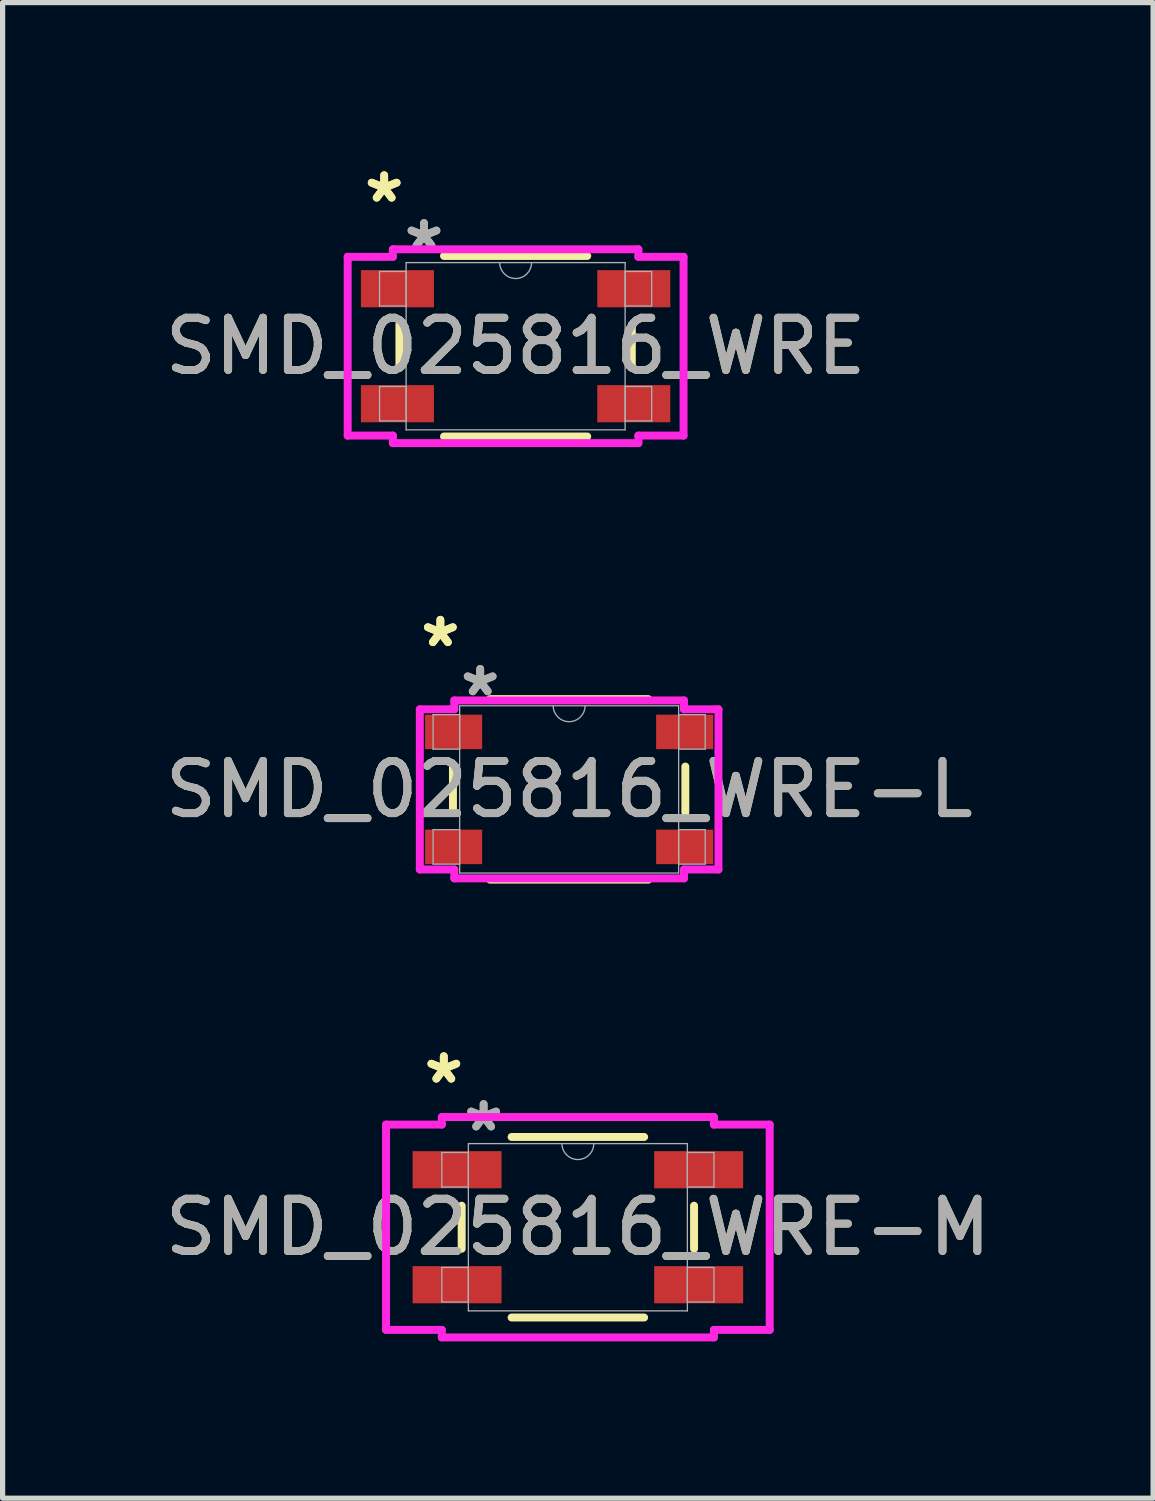
<source format=kicad_pcb>
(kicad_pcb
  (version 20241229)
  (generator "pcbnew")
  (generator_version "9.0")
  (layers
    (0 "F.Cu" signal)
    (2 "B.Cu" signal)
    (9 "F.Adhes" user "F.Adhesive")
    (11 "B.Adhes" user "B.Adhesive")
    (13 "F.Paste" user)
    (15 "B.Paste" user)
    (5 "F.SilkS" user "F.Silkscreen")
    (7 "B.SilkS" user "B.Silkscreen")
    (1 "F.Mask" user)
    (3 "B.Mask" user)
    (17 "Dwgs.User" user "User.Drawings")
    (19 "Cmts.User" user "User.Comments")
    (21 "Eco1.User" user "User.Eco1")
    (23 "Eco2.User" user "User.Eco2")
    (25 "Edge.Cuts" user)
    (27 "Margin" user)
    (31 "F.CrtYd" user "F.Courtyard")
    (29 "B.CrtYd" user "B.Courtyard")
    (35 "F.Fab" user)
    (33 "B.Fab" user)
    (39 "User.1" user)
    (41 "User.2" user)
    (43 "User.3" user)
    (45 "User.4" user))
  (footprint "SMD_025816_WRE-M"
    (layer "F.Cu")
    (at 8.006 20.43)
    (property "Reference" "SMD_025816_WRE-M" (at 0 0 0) (unlocked yes) (layer "F.SilkS") (effects (font (size 1 1) (thickness 0.15))))
    (attr smd)
    (fp_line (start -2.223 -0.412) (end -2.223 0.412) (stroke (width 0.152) (type solid)) (layer "F.SilkS"))
    (fp_line (start -1.268 1.727) (end 1.268 1.727) (stroke (width 0.152) (type solid)) (layer "F.SilkS"))
    (fp_line (start 1.268 -1.727) (end -1.268 -1.727) (stroke (width 0.152) (type solid)) (layer "F.SilkS"))
    (fp_line (start 2.223 0.412) (end 2.223 -0.412) (stroke (width 0.152) (type solid)) (layer "F.SilkS"))
    (fp_line (start -3.67 -1.964) (end -2.603 -1.964) (stroke (width 0.152) (type solid)) (layer "F.CrtYd"))
    (fp_line (start -3.67 1.964) (end -3.67 -1.964) (stroke (width 0.152) (type solid)) (layer "F.CrtYd"))
    (fp_line (start -3.67 1.964) (end -2.603 1.964) (stroke (width 0.152) (type solid)) (layer "F.CrtYd"))
    (fp_line (start -2.603 -2.108) (end 2.603 -2.108) (stroke (width 0.152) (type solid)) (layer "F.CrtYd"))
    (fp_line (start -2.603 -1.964) (end -2.603 -2.108) (stroke (width 0.152) (type solid)) (layer "F.CrtYd"))
    (fp_line (start -2.603 2.108) (end -2.603 1.964) (stroke (width 0.152) (type solid)) (layer "F.CrtYd"))
    (fp_line (start 2.603 -2.108) (end 2.603 -1.964) (stroke (width 0.152) (type solid)) (layer "F.CrtYd"))
    (fp_line (start 2.603 1.964) (end 2.603 2.108) (stroke (width 0.152) (type solid)) (layer "F.CrtYd"))
    (fp_line (start 2.603 2.108) (end -2.603 2.108) (stroke (width 0.152) (type solid)) (layer "F.CrtYd"))
    (fp_line (start 3.67 -1.964) (end 2.603 -1.964) (stroke (width 0.152) (type solid)) (layer "F.CrtYd"))
    (fp_line (start 3.67 -1.964) (end 3.67 1.964) (stroke (width 0.152) (type solid)) (layer "F.CrtYd"))
    (fp_line (start 3.67 1.964) (end 2.603 1.964) (stroke (width 0.152) (type solid)) (layer "F.CrtYd"))
    (fp_line (start -2.603 -1.43) (end -2.603 -0.77) (stroke (width 0.025) (type solid)) (layer "F.Fab"))
    (fp_line (start -2.603 -0.77) (end -2.095 -0.77) (stroke (width 0.025) (type solid)) (layer "F.Fab"))
    (fp_line (start -2.603 0.77) (end -2.603 1.43) (stroke (width 0.025) (type solid)) (layer "F.Fab"))
    (fp_line (start -2.603 1.43) (end -2.095 1.43) (stroke (width 0.025) (type solid)) (layer "F.Fab"))
    (fp_line (start -2.095 -1.6) (end -2.095 1.6) (stroke (width 0.025) (type solid)) (layer "F.Fab"))
    (fp_line (start -2.095 -1.43) (end -2.603 -1.43) (stroke (width 0.025) (type solid)) (layer "F.Fab"))
    (fp_line (start -2.095 -0.77) (end -2.095 -1.43) (stroke (width 0.025) (type solid)) (layer "F.Fab"))
    (fp_line (start -2.095 0.77) (end -2.603 0.77) (stroke (width 0.025) (type solid)) (layer "F.Fab"))
    (fp_line (start -2.095 1.43) (end -2.095 0.77) (stroke (width 0.025) (type solid)) (layer "F.Fab"))
    (fp_line (start -2.095 1.6) (end 2.095 1.6) (stroke (width 0.025) (type solid)) (layer "F.Fab"))
    (fp_line (start 2.095 -1.6) (end -2.095 -1.6) (stroke (width 0.025) (type solid)) (layer "F.Fab"))
    (fp_line (start 2.095 -1.43) (end 2.095 -0.77) (stroke (width 0.025) (type solid)) (layer "F.Fab"))
    (fp_line (start 2.095 -0.77) (end 2.603 -0.77) (stroke (width 0.025) (type solid)) (layer "F.Fab"))
    (fp_line (start 2.095 0.77) (end 2.095 1.43) (stroke (width 0.025) (type solid)) (layer "F.Fab"))
    (fp_line (start 2.095 1.43) (end 2.603 1.43) (stroke (width 0.025) (type solid)) (layer "F.Fab"))
    (fp_line (start 2.095 1.6) (end 2.095 -1.6) (stroke (width 0.025) (type solid)) (layer "F.Fab"))
    (fp_line (start 2.603 -1.43) (end 2.095 -1.43) (stroke (width 0.025) (type solid)) (layer "F.Fab"))
    (fp_line (start 2.603 -0.77) (end 2.603 -1.43) (stroke (width 0.025) (type solid)) (layer "F.Fab"))
    (fp_line (start 2.603 0.77) (end 2.095 0.77) (stroke (width 0.025) (type solid)) (layer "F.Fab"))
    (fp_line (start 2.603 1.43) (end 2.603 0.77) (stroke (width 0.025) (type solid)) (layer "F.Fab"))
    (fp_arc (start 0.3048 -1.6002) (mid 0 -1.2954) (end -0.3048 -1.6002) (stroke (width 0.0254) (type solid)) (layer "F.Fab"))
    (fp_text user "*" (at -2.565 -2.726 0) (unlocked yes) (layer "F.SilkS") (effects (font (size 1 1) (thickness 0.15))))
    (fp_text user "*" (at -2.565 -2.726 0) (layer "F.SilkS") (effects (font (size 1 1) (thickness 0.15))))
    (fp_text user "*" (at -1.803 -1.811 0) (unlocked yes) (layer "F.Fab") (effects (font (size 1 1) (thickness 0.15))))
    (fp_text user "*" (at -1.803 -1.811 0) (layer "F.Fab") (effects (font (size 1 1) (thickness 0.15))))
    (fp_text user "${REFERENCE}" (at 0 0 0) (unlocked yes) (layer "F.Fab") (effects (font (size 1 1) (thickness 0.15))))
    (pad "1" smd rect (at -2.311 -1.1) (size 1.702 0.711) (layers "F.Cu" "F.Mask" "F.Paste"))
    (pad "2" smd rect (at 2.311 -1.1) (size 1.702 0.711) (layers "F.Cu" "F.Mask" "F.Paste"))
    (pad "3" smd rect (at -2.311 1.1) (size 1.702 0.711) (layers "F.Cu" "F.Mask" "F.Paste"))
    (pad "4" smd rect (at 2.311 1.1) (size 1.702 0.711) (layers "F.Cu" "F.Mask" "F.Paste")))
  (footprint "SMD_025816_WRE"
    (layer "F.Cu")
    (at 6.815 3.574)
    (property "Reference" "SMD_025816_WRE" (at 0 0 0) (unlocked yes) (layer "F.SilkS") (effects (font (size 1 1) (thickness 0.15))))
    (attr smd)
    (fp_line (start -2.223 -0.412) (end -2.223 0.412) (stroke (width 0.152) (type solid)) (layer "F.SilkS"))
    (fp_line (start -1.37 1.727) (end 1.37 1.727) (stroke (width 0.152) (type solid)) (layer "F.SilkS"))
    (fp_line (start 1.37 -1.727) (end -1.37 -1.727) (stroke (width 0.152) (type solid)) (layer "F.SilkS"))
    (fp_line (start 2.223 0.412) (end 2.223 -0.412) (stroke (width 0.152) (type solid)) (layer "F.SilkS"))
    (fp_line (start -3.213 -1.71) (end -2.349 -1.71) (stroke (width 0.152) (type solid)) (layer "F.CrtYd"))
    (fp_line (start -3.213 1.71) (end -3.213 -1.71) (stroke (width 0.152) (type solid)) (layer "F.CrtYd"))
    (fp_line (start -3.213 1.71) (end -2.349 1.71) (stroke (width 0.152) (type solid)) (layer "F.CrtYd"))
    (fp_line (start -2.349 -1.854) (end 2.349 -1.854) (stroke (width 0.152) (type solid)) (layer "F.CrtYd"))
    (fp_line (start -2.349 -1.71) (end -2.349 -1.854) (stroke (width 0.152) (type solid)) (layer "F.CrtYd"))
    (fp_line (start -2.349 1.854) (end -2.349 1.71) (stroke (width 0.152) (type solid)) (layer "F.CrtYd"))
    (fp_line (start 2.349 -1.854) (end 2.349 -1.71) (stroke (width 0.152) (type solid)) (layer "F.CrtYd"))
    (fp_line (start 2.349 1.71) (end 2.349 1.854) (stroke (width 0.152) (type solid)) (layer "F.CrtYd"))
    (fp_line (start 2.349 1.854) (end -2.349 1.854) (stroke (width 0.152) (type solid)) (layer "F.CrtYd"))
    (fp_line (start 3.213 -1.71) (end 2.349 -1.71) (stroke (width 0.152) (type solid)) (layer "F.CrtYd"))
    (fp_line (start 3.213 -1.71) (end 3.213 1.71) (stroke (width 0.152) (type solid)) (layer "F.CrtYd"))
    (fp_line (start 3.213 1.71) (end 2.349 1.71) (stroke (width 0.152) (type solid)) (layer "F.CrtYd"))
    (fp_line (start -2.603 -1.43) (end -2.603 -0.77) (stroke (width 0.025) (type solid)) (layer "F.Fab"))
    (fp_line (start -2.603 -0.77) (end -2.095 -0.77) (stroke (width 0.025) (type solid)) (layer "F.Fab"))
    (fp_line (start -2.603 0.77) (end -2.603 1.43) (stroke (width 0.025) (type solid)) (layer "F.Fab"))
    (fp_line (start -2.603 1.43) (end -2.095 1.43) (stroke (width 0.025) (type solid)) (layer "F.Fab"))
    (fp_line (start -2.095 -1.6) (end -2.095 1.6) (stroke (width 0.025) (type solid)) (layer "F.Fab"))
    (fp_line (start -2.095 -1.43) (end -2.603 -1.43) (stroke (width 0.025) (type solid)) (layer "F.Fab"))
    (fp_line (start -2.095 -0.77) (end -2.095 -1.43) (stroke (width 0.025) (type solid)) (layer "F.Fab"))
    (fp_line (start -2.095 0.77) (end -2.603 0.77) (stroke (width 0.025) (type solid)) (layer "F.Fab"))
    (fp_line (start -2.095 1.43) (end -2.095 0.77) (stroke (width 0.025) (type solid)) (layer "F.Fab"))
    (fp_line (start -2.095 1.6) (end 2.095 1.6) (stroke (width 0.025) (type solid)) (layer "F.Fab"))
    (fp_line (start 2.095 -1.6) (end -2.095 -1.6) (stroke (width 0.025) (type solid)) (layer "F.Fab"))
    (fp_line (start 2.095 -1.43) (end 2.095 -0.77) (stroke (width 0.025) (type solid)) (layer "F.Fab"))
    (fp_line (start 2.095 -0.77) (end 2.603 -0.77) (stroke (width 0.025) (type solid)) (layer "F.Fab"))
    (fp_line (start 2.095 0.77) (end 2.095 1.43) (stroke (width 0.025) (type solid)) (layer "F.Fab"))
    (fp_line (start 2.095 1.43) (end 2.603 1.43) (stroke (width 0.025) (type solid)) (layer "F.Fab"))
    (fp_line (start 2.095 1.6) (end 2.095 -1.6) (stroke (width 0.025) (type solid)) (layer "F.Fab"))
    (fp_line (start 2.603 -1.43) (end 2.095 -1.43) (stroke (width 0.025) (type solid)) (layer "F.Fab"))
    (fp_line (start 2.603 -0.77) (end 2.603 -1.43) (stroke (width 0.025) (type solid)) (layer "F.Fab"))
    (fp_line (start 2.603 0.77) (end 2.095 0.77) (stroke (width 0.025) (type solid)) (layer "F.Fab"))
    (fp_line (start 2.603 1.43) (end 2.603 0.77) (stroke (width 0.025) (type solid)) (layer "F.Fab"))
    (fp_arc (start 0.3048 -1.6002) (mid 0 -1.2954) (end -0.3048 -1.6002) (stroke (width 0.0254) (type solid)) (layer "F.Fab"))
    (fp_text user "*" (at -2.515 -2.726 0) (layer "F.SilkS") (effects (font (size 1 1) (thickness 0.15))))
    (fp_text user "*" (at -2.515 -2.726 0) (unlocked yes) (layer "F.SilkS") (effects (font (size 1 1) (thickness 0.15))))
    (fp_text user "*" (at -1.753 -1.811 0) (unlocked yes) (layer "F.Fab") (effects (font (size 1 1) (thickness 0.15))))
    (fp_text user "*" (at -1.753 -1.811 0) (layer "F.Fab") (effects (font (size 1 1) (thickness 0.15))))
    (fp_text user "${REFERENCE}" (at 0 0 0) (unlocked yes) (layer "F.Fab") (effects (font (size 1 1) (thickness 0.15))))
    (pad "1" smd rect (at -2.261 -1.1) (size 1.397 0.711) (layers "F.Cu" "F.Mask" "F.Paste"))
    (pad "2" smd rect (at 2.261 -1.1) (size 1.397 0.711) (layers "F.Cu" "F.Mask" "F.Paste"))
    (pad "3" smd rect (at -2.261 1.1) (size 1.397 0.711) (layers "F.Cu" "F.Mask" "F.Paste"))
    (pad "4" smd rect (at 2.261 1.1) (size 1.397 0.711) (layers "F.Cu" "F.Mask" "F.Paste")))
  (footprint "SMD_025816_WRE-L"
    (layer "F.Cu")
    (at 7.839 12.053)
    (property "Reference" "SMD_025816_WRE-L" (at 0 0 0) (unlocked yes) (layer "F.SilkS") (effects (font (size 1 1) (thickness 0.15))))
    (attr smd)
    (fp_line (start -2.223 -0.437) (end -2.223 0.437) (stroke (width 0.152) (type solid)) (layer "F.SilkS"))
    (fp_line (start -1.514 1.727) (end 1.514 1.727) (stroke (width 0.152) (type solid)) (layer "F.SilkS"))
    (fp_line (start 1.514 -1.727) (end -1.514 -1.727) (stroke (width 0.152) (type solid)) (layer "F.SilkS"))
    (fp_line (start 2.223 0.437) (end 2.223 -0.437) (stroke (width 0.152) (type solid)) (layer "F.SilkS"))
    (fp_line (start -2.857 -1.532) (end -2.197 -1.532) (stroke (width 0.152) (type solid)) (layer "F.CrtYd"))
    (fp_line (start -2.857 1.532) (end -2.857 -1.532) (stroke (width 0.152) (type solid)) (layer "F.CrtYd"))
    (fp_line (start -2.857 1.532) (end -2.197 1.532) (stroke (width 0.152) (type solid)) (layer "F.CrtYd"))
    (fp_line (start -2.197 -1.702) (end 2.197 -1.702) (stroke (width 0.152) (type solid)) (layer "F.CrtYd"))
    (fp_line (start -2.197 -1.532) (end -2.197 -1.702) (stroke (width 0.152) (type solid)) (layer "F.CrtYd"))
    (fp_line (start -2.197 1.702) (end -2.197 1.532) (stroke (width 0.152) (type solid)) (layer "F.CrtYd"))
    (fp_line (start 2.197 -1.702) (end 2.197 -1.532) (stroke (width 0.152) (type solid)) (layer "F.CrtYd"))
    (fp_line (start 2.197 1.532) (end 2.197 1.702) (stroke (width 0.152) (type solid)) (layer "F.CrtYd"))
    (fp_line (start 2.197 1.702) (end -2.197 1.702) (stroke (width 0.152) (type solid)) (layer "F.CrtYd"))
    (fp_line (start 2.857 -1.532) (end 2.197 -1.532) (stroke (width 0.152) (type solid)) (layer "F.CrtYd"))
    (fp_line (start 2.857 -1.532) (end 2.857 1.532) (stroke (width 0.152) (type solid)) (layer "F.CrtYd"))
    (fp_line (start 2.857 1.532) (end 2.197 1.532) (stroke (width 0.152) (type solid)) (layer "F.CrtYd"))
    (fp_line (start -2.603 -1.43) (end -2.603 -0.77) (stroke (width 0.025) (type solid)) (layer "F.Fab"))
    (fp_line (start -2.603 -0.77) (end -2.095 -0.77) (stroke (width 0.025) (type solid)) (layer "F.Fab"))
    (fp_line (start -2.603 0.77) (end -2.603 1.43) (stroke (width 0.025) (type solid)) (layer "F.Fab"))
    (fp_line (start -2.603 1.43) (end -2.095 1.43) (stroke (width 0.025) (type solid)) (layer "F.Fab"))
    (fp_line (start -2.095 -1.6) (end -2.095 1.6) (stroke (width 0.025) (type solid)) (layer "F.Fab"))
    (fp_line (start -2.095 -1.43) (end -2.603 -1.43) (stroke (width 0.025) (type solid)) (layer "F.Fab"))
    (fp_line (start -2.095 -0.77) (end -2.095 -1.43) (stroke (width 0.025) (type solid)) (layer "F.Fab"))
    (fp_line (start -2.095 0.77) (end -2.603 0.77) (stroke (width 0.025) (type solid)) (layer "F.Fab"))
    (fp_line (start -2.095 1.43) (end -2.095 0.77) (stroke (width 0.025) (type solid)) (layer "F.Fab"))
    (fp_line (start -2.095 1.6) (end 2.095 1.6) (stroke (width 0.025) (type solid)) (layer "F.Fab"))
    (fp_line (start 2.095 -1.6) (end -2.095 -1.6) (stroke (width 0.025) (type solid)) (layer "F.Fab"))
    (fp_line (start 2.095 -1.43) (end 2.095 -0.77) (stroke (width 0.025) (type solid)) (layer "F.Fab"))
    (fp_line (start 2.095 -0.77) (end 2.603 -0.77) (stroke (width 0.025) (type solid)) (layer "F.Fab"))
    (fp_line (start 2.095 0.77) (end 2.095 1.43) (stroke (width 0.025) (type solid)) (layer "F.Fab"))
    (fp_line (start 2.095 1.43) (end 2.603 1.43) (stroke (width 0.025) (type solid)) (layer "F.Fab"))
    (fp_line (start 2.095 1.6) (end 2.095 -1.6) (stroke (width 0.025) (type solid)) (layer "F.Fab"))
    (fp_line (start 2.603 -1.43) (end 2.095 -1.43) (stroke (width 0.025) (type solid)) (layer "F.Fab"))
    (fp_line (start 2.603 -0.77) (end 2.603 -1.43) (stroke (width 0.025) (type solid)) (layer "F.Fab"))
    (fp_line (start 2.603 0.77) (end 2.095 0.77) (stroke (width 0.025) (type solid)) (layer "F.Fab"))
    (fp_line (start 2.603 1.43) (end 2.603 0.77) (stroke (width 0.025) (type solid)) (layer "F.Fab"))
    (fp_arc (start 0.3048 -1.6002) (mid 0 -1.2954) (end -0.3048 -1.6002) (stroke (width 0.0254) (type solid)) (layer "F.Fab"))
    (fp_text user "*" (at -2.464 -2.7 0) (layer "F.SilkS") (effects (font (size 1 1) (thickness 0.15))))
    (fp_text user "*" (at -2.464 -2.7 0) (unlocked yes) (layer "F.SilkS") (effects (font (size 1 1) (thickness 0.15))))
    (fp_text user "${REFERENCE}" (at 0 0 0) (unlocked yes) (layer "F.Fab") (effects (font (size 1 1) (thickness 0.15))))
    (fp_text user "*" (at -1.702 -1.76 0) (layer "F.Fab") (effects (font (size 1 1) (thickness 0.15))))
    (fp_text user "*" (at -1.702 -1.76 0) (unlocked yes) (layer "F.Fab") (effects (font (size 1 1) (thickness 0.15))))
    (pad "1" smd rect (at -2.21 -1.1) (size 1.092 0.66) (layers "F.Cu" "F.Mask" "F.Paste"))
    (pad "2" smd rect (at 2.21 -1.1) (size 1.092 0.66) (layers "F.Cu" "F.Mask" "F.Paste"))
    (pad "3" smd rect (at -2.21 1.1) (size 1.092 0.66) (layers "F.Cu" "F.Mask" "F.Paste"))
    (pad "4" smd rect (at 2.21 1.1) (size 1.092 0.66) (layers "F.Cu" "F.Mask" "F.Paste")))
  (gr_rect
    (start -3 -3)
    (end 19.012 25.614)
    (stroke (width 0.1) (type default))
    (fill no)
    (layer "Edge.Cuts")))
</source>
